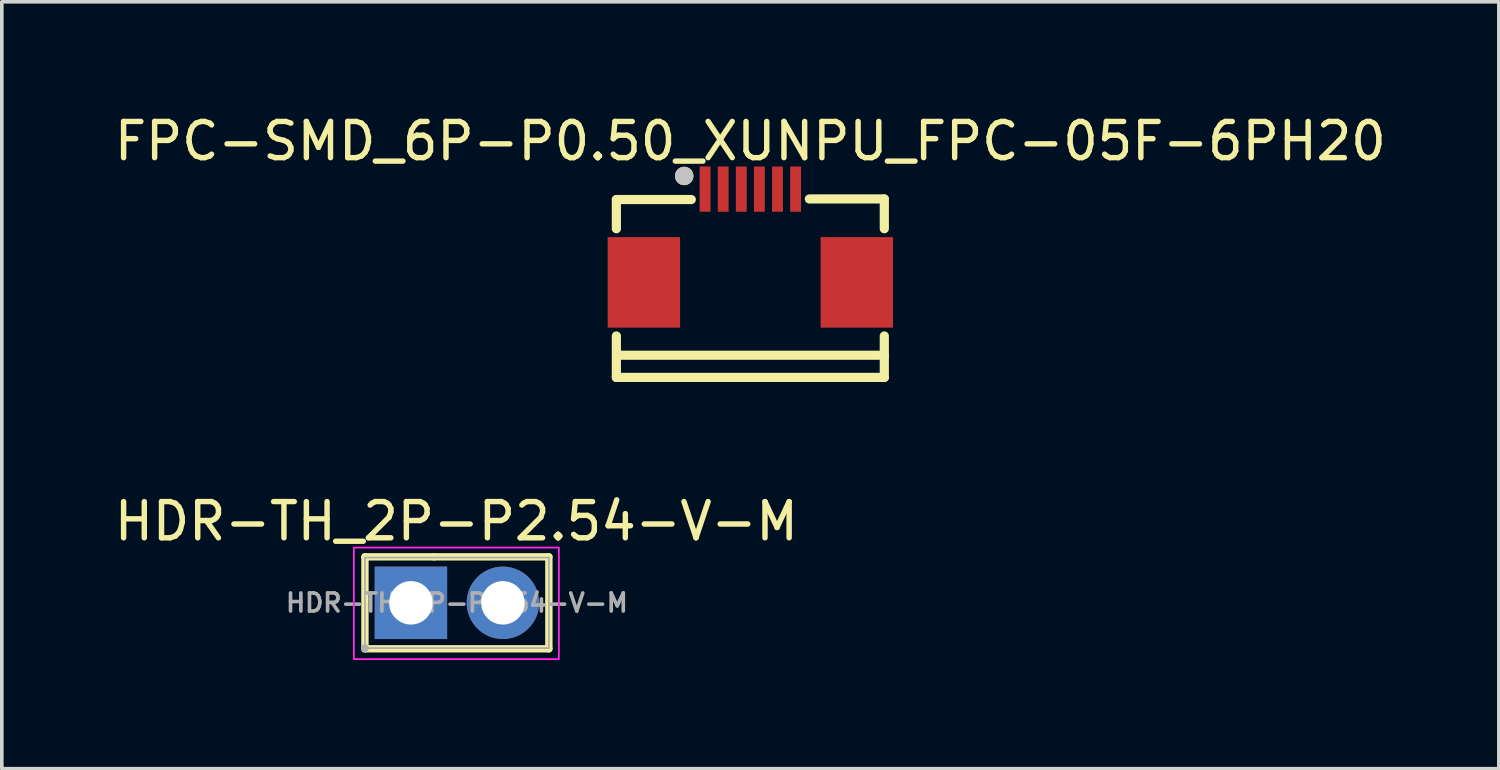
<source format=kicad_pcb>
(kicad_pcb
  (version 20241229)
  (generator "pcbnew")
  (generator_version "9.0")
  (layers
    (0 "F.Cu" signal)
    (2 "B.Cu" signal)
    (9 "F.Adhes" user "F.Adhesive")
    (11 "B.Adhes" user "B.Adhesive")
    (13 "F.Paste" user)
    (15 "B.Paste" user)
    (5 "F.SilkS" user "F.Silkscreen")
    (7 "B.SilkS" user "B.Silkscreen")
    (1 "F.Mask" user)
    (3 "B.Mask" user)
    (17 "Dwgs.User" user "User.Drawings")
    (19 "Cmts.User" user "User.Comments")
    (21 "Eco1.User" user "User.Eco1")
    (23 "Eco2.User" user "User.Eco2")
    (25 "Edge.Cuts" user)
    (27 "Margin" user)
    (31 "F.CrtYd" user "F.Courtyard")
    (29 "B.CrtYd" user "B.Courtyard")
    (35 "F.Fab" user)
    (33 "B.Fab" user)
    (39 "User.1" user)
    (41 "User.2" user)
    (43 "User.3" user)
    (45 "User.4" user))
  (footprint "HDR-TH_2P-P2.54-V-M"
    (layer "F.Cu")
    (at 9.569 13.599)
    (property "Reference" "HDR-TH_2P-P2.54-V-M" (at -0.015 -2.251 0) (layer "F.SilkS") (effects (font (size 1 1) (thickness 0.15))))
    (fp_line (start -2.54 -1.27) (end -0.635 -1.27) (stroke (width 0.203) (type default)) (layer "F.SilkS"))
    (fp_line (start -2.54 1.27) (end -2.54 -1.27) (stroke (width 0.203) (type default)) (layer "F.SilkS"))
    (fp_line (start 2.54 -1.27) (end -0.635 -1.27) (stroke (width 0.203) (type default)) (layer "F.SilkS"))
    (fp_line (start 2.54 -1.27) (end 2.54 1.27) (stroke (width 0.203) (type default)) (layer "F.SilkS"))
    (fp_line (start 2.54 1.27) (end -2.54 1.27) (stroke (width 0.203) (type default)) (layer "F.SilkS"))
    (fp_rect (start -2.845 -1.526) (end 2.816 1.555) (stroke (width 0.05) (type default)) (fill no) (layer "F.CrtYd"))
    (fp_line (start -2.54 -1.25) (end 2.54 -1.25) (stroke (width 0.051) (type default)) (layer "F.Fab"))
    (fp_line (start -2.54 1.25) (end -2.54 -1.25) (stroke (width 0.051) (type default)) (layer "F.Fab"))
    (fp_line (start 2.54 -1.25) (end 2.54 1.25) (stroke (width 0.051) (type default)) (layer "F.Fab"))
    (fp_line (start 2.54 1.25) (end -2.54 1.25) (stroke (width 0.051) (type default)) (layer "F.Fab"))
    (fp_poly (pts (xy -2.485 1.227) (xy -2.517 1.195) (xy -2.563 1.195) (xy -2.595 1.227) (xy -2.595 1.273) (xy -2.563 1.305) (xy -2.517 1.305) (xy -2.485 1.273)) (stroke (width 0.1) (type default)) (fill no) (layer "F.Fab"))
    (fp_poly (pts (xy -1.59 -0.32) (xy -0.95 -0.32) (xy -0.95 0.32) (xy -1.59 0.32)) (stroke (width 0.1) (type default)) (fill no) (layer "User.1"))
    (fp_poly (pts (xy 0.95 -0.32) (xy 1.59 -0.32) (xy 1.59 0.32) (xy 0.95 0.32)) (stroke (width 0.1) (type default)) (fill no) (layer "User.1"))
    (fp_text user "${REFERENCE}" (at 0 0 0) (layer "F.Fab") (effects (font (size 0.5 0.5) (thickness 0.1))))
    (pad "1" thru_hole rect (at -1.27 0) (size 2 2) (drill 1.2) (layers "*.Cu" "*.Mask"))
    (pad "2" thru_hole circle (at 1.27 0) (size 2 2) (drill 1.2) (layers "*.Cu" "*.Mask")))
  (footprint "FPC-SMD_6P-P0.50_XUNPU_FPC-05F-6PH20"
    (layer "F.Cu")
    (at 17.673 3.461)
    (property "Reference" "FPC-SMD_6P-P0.50_XUNPU_FPC-05F-6PH20" (at 0 -2.612 0) (layer "F.SilkS") (effects (font (size 1 1) (thickness 0.15))))
    (fp_line (start -3.7 -1) (end -1.631 -1) (stroke (width 0.254) (type default)) (layer "F.SilkS"))
    (fp_line (start -3.7 -0.194) (end -3.7 -1) (stroke (width 0.254) (type default)) (layer "F.SilkS"))
    (fp_line (start -3.7 3.913) (end -3.7 2.768) (stroke (width 0.254) (type default)) (layer "F.SilkS"))
    (fp_line (start -3.7 3.913) (end 3.7 3.913) (stroke (width 0.254) (type default)) (layer "F.SilkS"))
    (fp_line (start -3.55 3.3) (end 3.7 3.3) (stroke (width 0.254) (type default)) (layer "F.SilkS"))
    (fp_line (start 3.7 -1.016) (end 1.631 -1.016) (stroke (width 0.254) (type default)) (layer "F.SilkS"))
    (fp_line (start 3.7 -0.194) (end 3.7 -1.016) (stroke (width 0.254) (type default)) (layer "F.SilkS"))
    (fp_line (start 3.7 3.913) (end 3.7 2.768) (stroke (width 0.254) (type default)) (layer "F.SilkS"))
    (fp_circle (center -1.827 -1.651) (end -1.7 -1.651) (stroke (width 0.254) (type default)) (fill no) (layer "F.SilkS"))
    (fp_circle (center -1.827 -1.651) (end -1.7 -1.651) (stroke (width 0.254) (type default)) (fill no) (layer "Dwgs.User"))
    (fp_poly (pts (xy -3.7 1.8) (xy -2.25 1.8) (xy -2.25 0.7) (xy -3.7 0.7)) (stroke (width 0.1) (type default)) (fill no) (layer "User.1"))
    (fp_poly (pts (xy -1.35 -1.65) (xy -1.35 -0.8) (xy -1.15 -0.8) (xy -1.15 -1.65)) (stroke (width 0.1) (type default)) (fill no) (layer "User.1"))
    (fp_poly (pts (xy -0.85 -1.65) (xy -0.85 -0.8) (xy -0.65 -0.8) (xy -0.65 -1.65)) (stroke (width 0.1) (type default)) (fill no) (layer "User.1"))
    (fp_poly (pts (xy -0.35 -1.65) (xy -0.35 -0.8) (xy -0.15 -0.8) (xy -0.15 -1.65)) (stroke (width 0.1) (type default)) (fill no) (layer "User.1"))
    (fp_poly (pts (xy 0.15 -1.65) (xy 0.15 -0.8) (xy 0.35 -0.8) (xy 0.35 -1.65)) (stroke (width 0.1) (type default)) (fill no) (layer "User.1"))
    (fp_poly (pts (xy 0.65 -1.65) (xy 0.65 -0.8) (xy 0.85 -0.8) (xy 0.85 -1.65)) (stroke (width 0.1) (type default)) (fill no) (layer "User.1"))
    (fp_poly (pts (xy 1.15 -1.65) (xy 1.15 -0.8) (xy 1.35 -0.8) (xy 1.35 -1.65)) (stroke (width 0.1) (type default)) (fill no) (layer "User.1"))
    (fp_poly (pts (xy 3.7 0.7) (xy 2.25 0.7) (xy 2.25 1.8) (xy 3.7 1.8)) (stroke (width 0.1) (type default)) (fill no) (layer "User.1"))
    (fp_line (start -3.7 -0.8) (end -3.7 3.3) (stroke (width 0.051) (type default)) (layer "User.2"))
    (fp_line (start -3.7 3.3) (end -2.65 3.3) (stroke (width 0.051) (type default)) (layer "User.2"))
    (fp_line (start -3.6 -0.9) (end -3.7 -0.8) (stroke (width 0.051) (type default)) (layer "User.2"))
    (fp_line (start -3.3 3.4) (end -3.3 3.9) (stroke (width 0.051) (type default)) (layer "User.2"))
    (fp_line (start -3.3 3.9) (end -3.25 3.95) (stroke (width 0.051) (type default)) (layer "User.2"))
    (fp_line (start -3.25 3.35) (end -3.3 3.4) (stroke (width 0.051) (type default)) (layer "User.2"))
    (fp_line (start -3.25 3.95) (end 3.25 3.95) (stroke (width 0.051) (type default)) (layer "User.2"))
    (fp_line (start -2.65 3.3) (end -2.65 3.35) (stroke (width 0.051) (type default)) (layer "User.2"))
    (fp_line (start -2.65 3.35) (end -3.25 3.35) (stroke (width 0.051) (type default)) (layer "User.2"))
    (fp_line (start 2.65 3.3) (end 3.7 3.3) (stroke (width 0.051) (type default)) (layer "User.2"))
    (fp_line (start 2.65 3.35) (end 2.65 3.3) (stroke (width 0.051) (type default)) (layer "User.2"))
    (fp_line (start 3.25 3.35) (end 2.65 3.35) (stroke (width 0.051) (type default)) (layer "User.2"))
    (fp_line (start 3.25 3.95) (end 3.3 3.9) (stroke (width 0.051) (type default)) (layer "User.2"))
    (fp_line (start 3.3 3.4) (end 3.25 3.35) (stroke (width 0.051) (type default)) (layer "User.2"))
    (fp_line (start 3.3 3.9) (end 3.3 3.4) (stroke (width 0.051) (type default)) (layer "User.2"))
    (fp_line (start 3.6 -0.9) (end -3.6 -0.9) (stroke (width 0.051) (type default)) (layer "User.2"))
    (fp_line (start 3.7 -0.8) (end 3.6 -0.9) (stroke (width 0.051) (type default)) (layer "User.2"))
    (fp_line (start 3.7 0) (end 3.7 -0.8) (stroke (width 0.051) (type default)) (layer "User.2"))
    (fp_line (start 3.7 3.3) (end 3.7 0) (stroke (width 0.051) (type default)) (layer "User.2"))
    (fp_poly (pts (xy -3.645 -1.673) (xy -3.677 -1.705) (xy -3.723 -1.705) (xy -3.755 -1.673) (xy -3.755 -1.627) (xy -3.723 -1.595) (xy -3.677 -1.595) (xy -3.645 -1.627)) (stroke (width 0.1) (type default)) (fill no) (layer "User.3"))
    (pad "1" smd rect (at -1.25 -1.288) (size 0.3 1.25) (layers "F.Cu" "F.Mask" "F.Paste"))
    (pad "2" smd rect (at -0.75 -1.288) (size 0.3 1.25) (layers "F.Cu" "F.Mask" "F.Paste"))
    (pad "3" smd rect (at -0.25 -1.288) (size 0.3 1.25) (layers "F.Cu" "F.Mask" "F.Paste"))
    (pad "4" smd rect (at 0.25 -1.288) (size 0.3 1.25) (layers "F.Cu" "F.Mask" "F.Paste"))
    (pad "5" smd rect (at 0.75 -1.288) (size 0.3 1.25) (layers "F.Cu" "F.Mask" "F.Paste"))
    (pad "6" smd rect (at 1.25 -1.288) (size 0.3 1.25) (layers "F.Cu" "F.Mask" "F.Paste"))
    (pad "7" smd rect (at 2.94 1.288) (size 2 2.5) (layers "F.Cu" "F.Mask" "F.Paste"))
    (pad "8" smd rect (at -2.94 1.288) (size 2 2.5) (layers "F.Cu" "F.Mask" "F.Paste")))
  (gr_rect
    (start -3 -3)
    (end 38.345 18.179)
    (stroke (width 0.1) (type default))
    (fill no)
    (layer "Edge.Cuts")))
</source>
